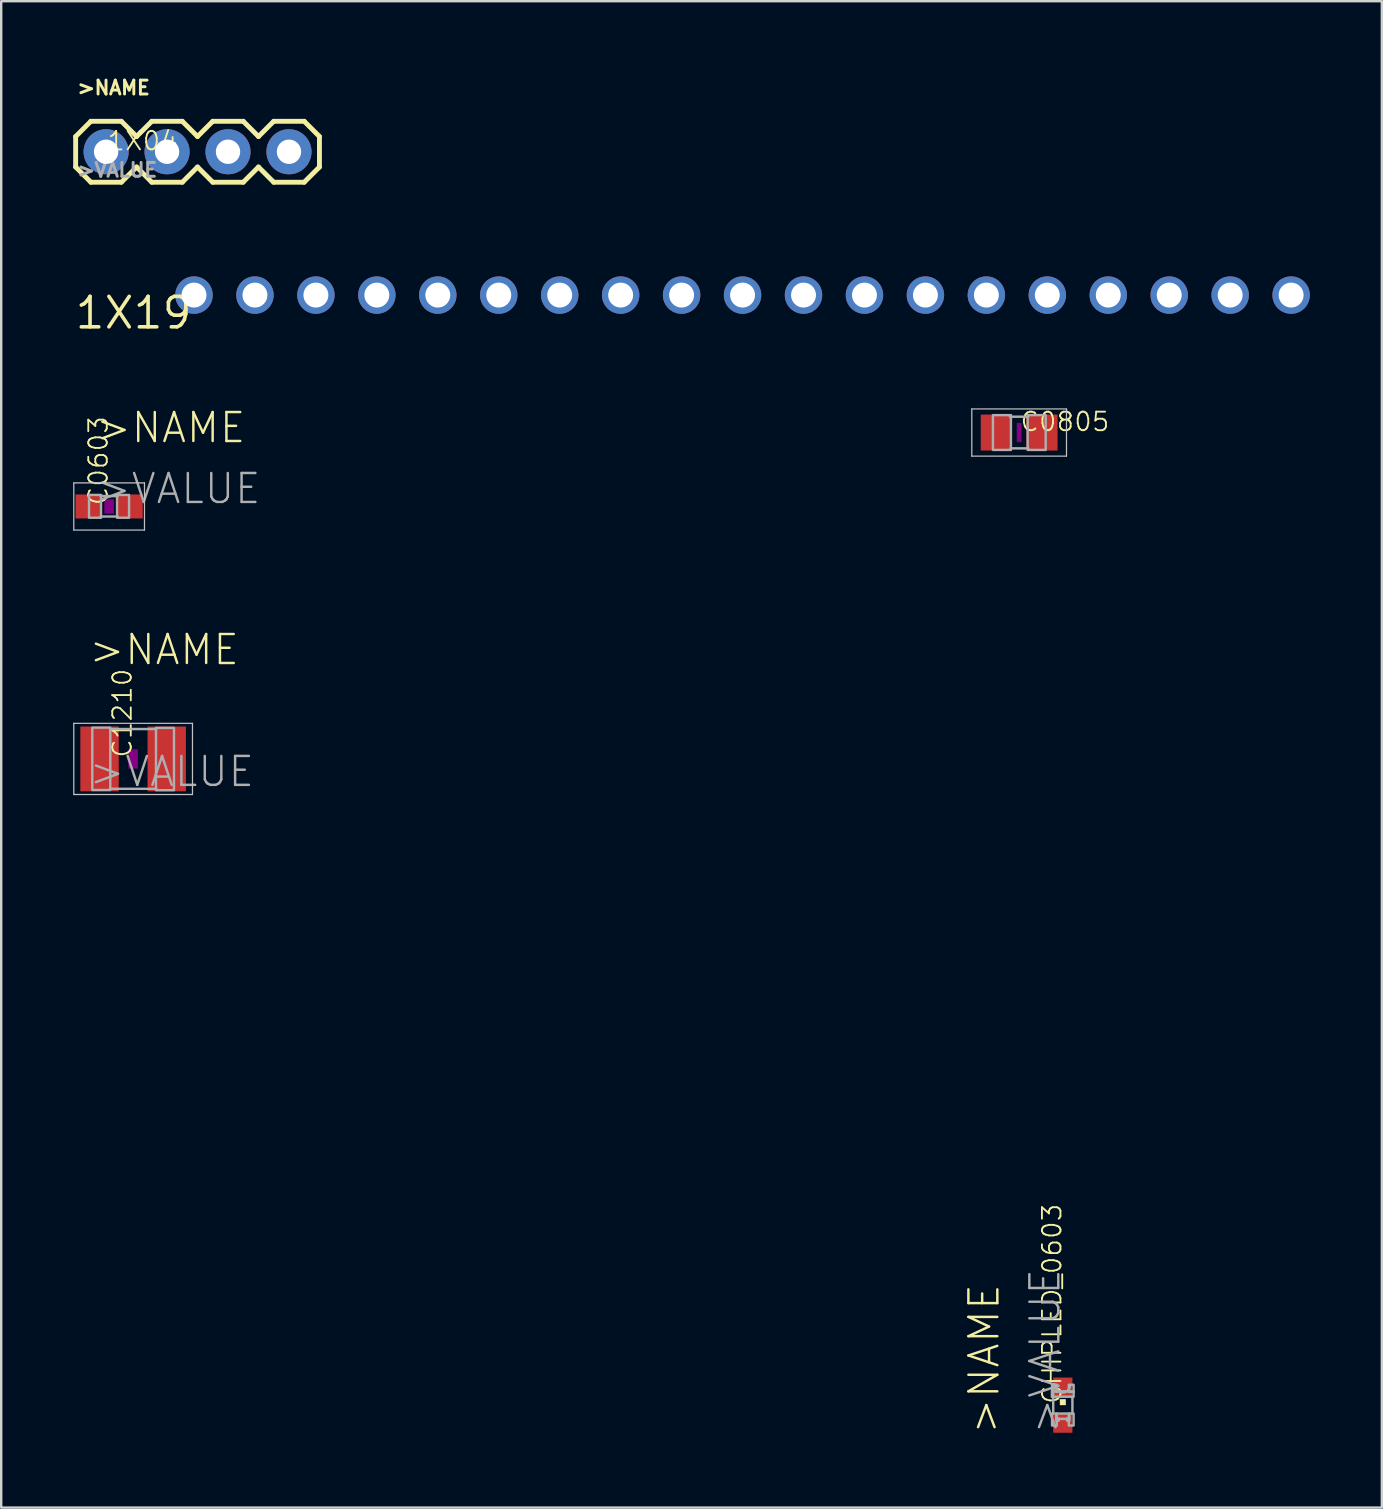
<source format=kicad_pcb>
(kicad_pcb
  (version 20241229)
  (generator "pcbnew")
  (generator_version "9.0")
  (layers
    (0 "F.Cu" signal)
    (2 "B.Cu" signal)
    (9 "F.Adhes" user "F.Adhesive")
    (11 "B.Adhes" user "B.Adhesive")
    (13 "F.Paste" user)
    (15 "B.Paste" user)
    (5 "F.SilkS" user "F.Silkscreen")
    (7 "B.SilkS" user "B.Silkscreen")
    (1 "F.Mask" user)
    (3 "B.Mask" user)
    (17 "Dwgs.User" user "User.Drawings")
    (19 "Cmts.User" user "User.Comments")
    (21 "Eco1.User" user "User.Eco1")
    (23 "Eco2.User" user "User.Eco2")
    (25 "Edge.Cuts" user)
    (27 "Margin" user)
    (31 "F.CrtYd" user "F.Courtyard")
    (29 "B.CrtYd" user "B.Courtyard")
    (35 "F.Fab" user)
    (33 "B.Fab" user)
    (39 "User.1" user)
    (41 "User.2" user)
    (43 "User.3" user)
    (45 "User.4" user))
  (footprint "C0603"
    (layer "F.Cu")
    (at 1.498 18.056)
    (property "Reference" "C0603" (at 0 0 270) (layer "F.SilkS") (effects (font (size 0.772 0.772) (thickness 0.077)) (justify left bottom)))
    (attr through_hole)
    (fp_poly (pts (xy -0.2 0.3) (xy 0.2 0.3) (xy 0.2 -0.3) (xy -0.2 -0.3)) (stroke (width 0) (type solid)) (fill yes) (layer "F.Adhes"))
    (fp_line (start -1.473 -0.983) (end 1.473 -0.983) (stroke (width 0.051) (type solid)) (layer "Dwgs.User"))
    (fp_line (start -1.473 0.983) (end -1.473 -0.983) (stroke (width 0.051) (type solid)) (layer "Dwgs.User"))
    (fp_line (start 1.473 -0.983) (end 1.473 0.983) (stroke (width 0.051) (type solid)) (layer "Dwgs.User"))
    (fp_line (start 1.473 0.983) (end -1.473 0.983) (stroke (width 0.051) (type solid)) (layer "Dwgs.User"))
    (fp_line (start -0.356 -0.432) (end 0.356 -0.432) (stroke (width 0.102) (type solid)) (layer "F.Fab"))
    (fp_line (start -0.356 0.419) (end 0.356 0.419) (stroke (width 0.102) (type solid)) (layer "F.Fab"))
    (fp_poly (pts (xy -0.838 0.47) (xy -0.338 0.47) (xy -0.338 -0.48) (xy -0.838 -0.48)) (stroke (width 0.1) (type solid)) (fill no) (layer "F.Fab"))
    (fp_poly (pts (xy 0.33 0.47) (xy 0.83 0.47) (xy 0.83 -0.48) (xy 0.33 -0.48)) (stroke (width 0.1) (type solid)) (fill no) (layer "F.Fab"))
    (fp_text user ">NAME\n							" (at -0.635 -0.635 0) (layer "F.SilkS") (effects (font (size 1.206 1.206) (thickness 0.102)) (justify left bottom)))
    (fp_text user ">VALUE\n							" (at -0.635 1.905 0) (layer "F.Fab") (effects (font (size 1.206 1.206) (thickness 0.102)) (justify left bottom)))
    (pad "1" smd rect (at -0.85 0) (size 1.1 1) (layers "F.Cu" "F.Mask" "F.Paste"))
    (pad "2" smd rect (at 0.85 0) (size 1.1 1) (layers "F.Cu" "F.Mask" "F.Paste")))
  (footprint "CHIPLED_0603"
    (layer "F.Cu")
    (at 41.24 55.506)
    (property "Reference" "CHIPLED_0603" (at 0 0 270) (layer "F.SilkS") (effects (font (size 0.772 0.772) (thickness 0.077)) (justify left bottom)))
    (attr through_hole)
    (fp_poly (pts (xy -0.125 0) (xy 0.125 0) (xy 0.125 -0.25) (xy -0.125 -0.25)) (stroke (width 0) (type solid)) (fill yes) (layer "F.SilkS"))
    (fp_line (start -0.4 -0.375) (end -0.4 0.35) (stroke (width 0.102) (type solid)) (layer "F.Fab"))
    (fp_line (start 0.4 -0.35) (end 0.4 0.35) (stroke (width 0.102) (type solid)) (layer "F.Fab"))
    (fp_arc (start -0.275 0.825) (mid 0 0.55) (end 0.275 0.825) (stroke (width 0.0508) (type solid)) (layer "F.Fab"))
    (fp_arc (start 0.3 -0.825) (mid 0 -0.525) (end -0.3 -0.825) (stroke (width 0.1016) (type solid)) (layer "F.Fab"))
    (fp_circle (center -0.35 -0.625) (end -0.275 -0.625) (stroke (width 0.051) (type solid)) (fill no) (layer "F.Fab"))
    (fp_poly (pts (xy -0.45 -0.7) (xy -0.25 -0.7) (xy -0.25 -0.85) (xy -0.45 -0.85)) (stroke (width 0.1) (type solid)) (fill no) (layer "F.Fab"))
    (fp_poly (pts (xy -0.45 -0.35) (xy -0.4 -0.35) (xy -0.4 -0.725) (xy -0.45 -0.725)) (stroke (width 0.1) (type solid)) (fill no) (layer "F.Fab"))
    (fp_poly (pts (xy -0.45 -0.35) (xy 0.45 -0.35) (xy 0.45 -0.575) (xy -0.45 -0.575)) (stroke (width 0.1) (type solid)) (fill no) (layer "F.Fab"))
    (fp_poly (pts (xy -0.45 0.85) (xy -0.25 0.85) (xy -0.25 0.35) (xy -0.45 0.35)) (stroke (width 0.1) (type solid)) (fill no) (layer "F.Fab"))
    (fp_poly (pts (xy -0.275 -0.55) (xy -0.225 -0.55) (xy -0.225 -0.6) (xy -0.275 -0.6)) (stroke (width 0.1) (type solid)) (fill no) (layer "F.Fab"))
    (fp_poly (pts (xy -0.275 0.575) (xy 0.275 0.575) (xy 0.275 0.35) (xy -0.275 0.35)) (stroke (width 0.1) (type solid)) (fill no) (layer "F.Fab"))
    (fp_poly (pts (xy -0.275 0.65) (xy -0.175 0.65) (xy -0.175 0.55) (xy -0.275 0.55)) (stroke (width 0.1) (type solid)) (fill no) (layer "F.Fab"))
    (fp_poly (pts (xy 0.175 0.65) (xy 0.275 0.65) (xy 0.275 0.55) (xy 0.175 0.55)) (stroke (width 0.1) (type solid)) (fill no) (layer "F.Fab"))
    (fp_poly (pts (xy 0.25 -0.55) (xy 0.45 -0.55) (xy 0.45 -0.85) (xy 0.25 -0.85)) (stroke (width 0.1) (type solid)) (fill no) (layer "F.Fab"))
    (fp_poly (pts (xy 0.25 0.85) (xy 0.45 0.85) (xy 0.45 0.35) (xy 0.25 0.35)) (stroke (width 0.1) (type solid)) (fill no) (layer "F.Fab"))
    (fp_text user ">NAME\n							" (at -0.635 1.27 90) (layer "F.SilkS") (effects (font (size 1.206 1.206) (thickness 0.102)) (justify left bottom)))
    (fp_text user ">VALUE\n							" (at 1.905 1.27 90) (layer "F.Fab") (effects (font (size 1.206 1.206) (thickness 0.102)) (justify left bottom)))
    (pad "A" smd rect (at 0 0.75) (size 0.8 0.8) (layers "F.Cu" "F.Mask" "F.Paste"))
    (pad "C" smd rect (at 0 -0.75) (size 0.8 0.8) (layers "F.Cu" "F.Mask" "F.Paste")))
  (footprint "C0805"
    (layer "F.Cu")
    (at 39.42 14.975)
    (property "Reference" "C0805" (at 0 0 180) (layer "F.SilkS") (effects (font (size 0.772 0.772) (thickness 0.077)) (justify left bottom)))
    (attr through_hole)
    (fp_poly (pts (xy -0.1 0.4) (xy 0.1 0.4) (xy 0.1 -0.4) (xy -0.1 -0.4)) (stroke (width 0) (type solid)) (fill yes) (layer "F.Adhes"))
    (fp_line (start -1.973 -0.983) (end 1.973 -0.983) (stroke (width 0.051) (type solid)) (layer "Dwgs.User"))
    (fp_line (start -1.973 0.983) (end -1.973 -0.983) (stroke (width 0.051) (type solid)) (layer "Dwgs.User"))
    (fp_line (start 1.973 -0.983) (end 1.973 0.983) (stroke (width 0.051) (type solid)) (layer "Dwgs.User"))
    (fp_line (start 1.973 0.983) (end -1.973 0.983) (stroke (width 0.051) (type solid)) (layer "Dwgs.User"))
    (fp_line (start -0.381 -0.66) (end 0.381 -0.66) (stroke (width 0.102) (type solid)) (layer "F.Fab"))
    (fp_line (start -0.356 0.66) (end 0.381 0.66) (stroke (width 0.102) (type solid)) (layer "F.Fab"))
    (fp_poly (pts (xy -1.092 0.724) (xy -0.342 0.724) (xy -0.342 -0.726) (xy -1.092 -0.726)) (stroke (width 0.1) (type solid)) (fill no) (layer "F.Fab"))
    (fp_poly (pts (xy 0.356 0.724) (xy 1.106 0.724) (xy 1.106 -0.726) (xy 0.356 -0.726)) (stroke (width 0.1) (type solid)) (fill no) (layer "F.Fab"))
    (pad "1" smd rect (at -0.95 0) (size 1.3 1.5) (layers "F.Cu" "F.Mask" "F.Paste"))
    (pad "2" smd rect (at 0.95 0) (size 1.3 1.5) (layers "F.Cu" "F.Mask" "F.Paste")))
  (footprint "1X19"
    (layer "F.Cu")
    (at 5.034 9.247)
    (property "Reference" "1X19" (at 0 0 0) (layer "F.SilkS") (effects (font (size 1.27 1.27) (thickness 0.15)) (justify right top)))
    (attr through_hole)
    (pad "1" thru_hole circle (at 0 0) (size 1.56 1.56) (drill 1.04) (layers "*.Cu" "*.Mask"))
    (pad "2" thru_hole circle (at 2.54 0) (size 1.56 1.56) (drill 1.04) (layers "*.Cu" "*.Mask"))
    (pad "3" thru_hole circle (at 5.08 0) (size 1.56 1.56) (drill 1.04) (layers "*.Cu" "*.Mask"))
    (pad "4" thru_hole circle (at 7.62 0) (size 1.56 1.56) (drill 1.04) (layers "*.Cu" "*.Mask"))
    (pad "5" thru_hole circle (at 10.16 0) (size 1.56 1.56) (drill 1.04) (layers "*.Cu" "*.Mask"))
    (pad "6" thru_hole circle (at 12.7 0) (size 1.56 1.56) (drill 1.04) (layers "*.Cu" "*.Mask"))
    (pad "7" thru_hole circle (at 15.24 0) (size 1.56 1.56) (drill 1.04) (layers "*.Cu" "*.Mask"))
    (pad "8" thru_hole circle (at 17.78 0) (size 1.56 1.56) (drill 1.04) (layers "*.Cu" "*.Mask"))
    (pad "9" thru_hole circle (at 20.32 0) (size 1.56 1.56) (drill 1.04) (layers "*.Cu" "*.Mask"))
    (pad "10" thru_hole circle (at 22.86 0) (size 1.56 1.56) (drill 1.04) (layers "*.Cu" "*.Mask"))
    (pad "11" thru_hole circle (at 25.4 0) (size 1.56 1.56) (drill 1.04) (layers "*.Cu" "*.Mask"))
    (pad "12" thru_hole circle (at 27.94 0) (size 1.56 1.56) (drill 1.04) (layers "*.Cu" "*.Mask"))
    (pad "13" thru_hole circle (at 30.48 0) (size 1.56 1.56) (drill 1.04) (layers "*.Cu" "*.Mask"))
    (pad "14" thru_hole circle (at 33.02 0) (size 1.56 1.56) (drill 1.04) (layers "*.Cu" "*.Mask"))
    (pad "15" thru_hole circle (at 35.56 0) (size 1.56 1.56) (drill 1.04) (layers "*.Cu" "*.Mask"))
    (pad "16" thru_hole circle (at 38.1 0) (size 1.56 1.56) (drill 1.04) (layers "*.Cu" "*.Mask"))
    (pad "17" thru_hole circle (at 40.64 0) (size 1.56 1.56) (drill 1.04) (layers "*.Cu" "*.Mask"))
    (pad "18" thru_hole circle (at 43.18 0) (size 1.56 1.56) (drill 1.04) (layers "*.Cu" "*.Mask"))
    (pad "19" thru_hole circle (at 45.72 0) (size 1.56 1.56) (drill 1.04) (layers "*.Cu" "*.Mask")))
  (footprint "1X04"
    (layer "F.Cu")
    (at 1.372 3.274)
    (property "Reference" "1X04" (at 0 0 180) (layer "F.SilkS") (effects (font (size 0.772 0.772) (thickness 0.077)) (justify left bottom)))
    (attr through_hole)
    (fp_line (start -1.27 -0.635) (end -1.27 0.635) (stroke (width 0.203) (type solid)) (layer "F.SilkS"))
    (fp_line (start -1.27 0.635) (end -0.635 1.27) (stroke (width 0.203) (type solid)) (layer "F.SilkS"))
    (fp_line (start -0.635 -1.27) (end -1.27 -0.635) (stroke (width 0.203) (type solid)) (layer "F.SilkS"))
    (fp_line (start -0.635 -1.27) (end 0.635 -1.27) (stroke (width 0.203) (type solid)) (layer "F.SilkS"))
    (fp_line (start 0.635 -1.27) (end 1.27 -0.635) (stroke (width 0.203) (type solid)) (layer "F.SilkS"))
    (fp_line (start 0.635 1.27) (end -0.635 1.27) (stroke (width 0.203) (type solid)) (layer "F.SilkS"))
    (fp_line (start 1.27 -0.635) (end 1.905 -1.27) (stroke (width 0.203) (type solid)) (layer "F.SilkS"))
    (fp_line (start 1.27 0.635) (end 0.635 1.27) (stroke (width 0.203) (type solid)) (layer "F.SilkS"))
    (fp_line (start 1.905 -1.27) (end 3.175 -1.27) (stroke (width 0.203) (type solid)) (layer "F.SilkS"))
    (fp_line (start 1.905 1.27) (end 1.27 0.635) (stroke (width 0.203) (type solid)) (layer "F.SilkS"))
    (fp_line (start 3.175 -1.27) (end 3.81 -0.635) (stroke (width 0.203) (type solid)) (layer "F.SilkS"))
    (fp_line (start 3.175 1.27) (end 1.905 1.27) (stroke (width 0.203) (type solid)) (layer "F.SilkS"))
    (fp_line (start 3.81 -0.635) (end 4.445 -1.27) (stroke (width 0.203) (type solid)) (layer "F.SilkS"))
    (fp_line (start 3.81 0.635) (end 3.175 1.27) (stroke (width 0.203) (type solid)) (layer "F.SilkS"))
    (fp_line (start 4.445 -1.27) (end 5.715 -1.27) (stroke (width 0.203) (type solid)) (layer "F.SilkS"))
    (fp_line (start 4.445 1.27) (end 3.81 0.635) (stroke (width 0.203) (type solid)) (layer "F.SilkS"))
    (fp_line (start 5.715 -1.27) (end 6.35 -0.635) (stroke (width 0.203) (type solid)) (layer "F.SilkS"))
    (fp_line (start 5.715 1.27) (end 4.445 1.27) (stroke (width 0.203) (type solid)) (layer "F.SilkS"))
    (fp_line (start 6.35 0.635) (end 5.715 1.27) (stroke (width 0.203) (type solid)) (layer "F.SilkS"))
    (fp_line (start 6.35 0.635) (end 6.985 1.27) (stroke (width 0.203) (type solid)) (layer "F.SilkS"))
    (fp_line (start 6.985 -1.27) (end 6.35 -0.635) (stroke (width 0.203) (type solid)) (layer "F.SilkS"))
    (fp_line (start 6.985 -1.27) (end 8.255 -1.27) (stroke (width 0.203) (type solid)) (layer "F.SilkS"))
    (fp_line (start 8.255 -1.27) (end 8.89 -0.635) (stroke (width 0.203) (type solid)) (layer "F.SilkS"))
    (fp_line (start 8.255 1.27) (end 6.985 1.27) (stroke (width 0.203) (type solid)) (layer "F.SilkS"))
    (fp_line (start 8.89 -0.635) (end 8.89 0.635) (stroke (width 0.203) (type solid)) (layer "F.SilkS"))
    (fp_line (start 8.89 0.635) (end 8.255 1.27) (stroke (width 0.203) (type solid)) (layer "F.SilkS"))
    (fp_poly (pts (xy -0.254 0.254) (xy 0.254 0.254) (xy 0.254 -0.254) (xy -0.254 -0.254)) (stroke (width 0.1) (type solid)) (fill no) (layer "F.Fab"))
    (fp_poly (pts (xy 2.286 0.254) (xy 2.794 0.254) (xy 2.794 -0.254) (xy 2.286 -0.254)) (stroke (width 0.1) (type solid)) (fill no) (layer "F.Fab"))
    (fp_poly (pts (xy 4.826 0.254) (xy 5.334 0.254) (xy 5.334 -0.254) (xy 4.826 -0.254)) (stroke (width 0.1) (type solid)) (fill no) (layer "F.Fab"))
    (fp_poly (pts (xy 7.366 0.254) (xy 7.874 0.254) (xy 7.874 -0.254) (xy 7.366 -0.254)) (stroke (width 0.1) (type solid)) (fill no) (layer "F.Fab"))
    (fp_text user ">NAME\n							" (at -1.27 -1.397 0) (layer "F.SilkS") (effects (font (size 0.579 0.579) (thickness 0.122)) (justify left bottom)))
    (fp_text user ">VALUE\n							" (at -1.27 2.032 0) (layer "F.Fab") (effects (font (size 0.579 0.579) (thickness 0.122)) (justify left bottom)))
    (pad "1" thru_hole circle (at 0 0 90) (size 1.88 1.88) (drill 1.016) (layers "*.Cu" "*.Mask"))
    (pad "2" thru_hole circle (at 2.54 0 90) (size 1.88 1.88) (drill 1.016) (layers "*.Cu" "*.Mask"))
    (pad "3" thru_hole circle (at 5.08 0 90) (size 1.88 1.88) (drill 1.016) (layers "*.Cu" "*.Mask"))
    (pad "4" thru_hole circle (at 7.62 0 90) (size 1.88 1.88) (drill 1.016) (layers "*.Cu" "*.Mask")))
  (footprint "C1210"
    (layer "F.Cu")
    (at 2.498 28.576)
    (property "Reference" "C1210" (at 0 0 90) (layer "F.SilkS") (effects (font (size 0.772 0.772) (thickness 0.077)) (justify left bottom)))
    (attr through_hole)
    (fp_poly (pts (xy -0.2 0.4) (xy 0.2 0.4) (xy 0.2 -0.4) (xy -0.2 -0.4)) (stroke (width 0) (type solid)) (fill yes) (layer "F.Adhes"))
    (fp_line (start -2.473 -1.483) (end 2.473 -1.483) (stroke (width 0.051) (type solid)) (layer "Dwgs.User"))
    (fp_line (start -2.473 1.483) (end -2.473 -1.483) (stroke (width 0.051) (type solid)) (layer "Dwgs.User"))
    (fp_line (start 2.473 -1.483) (end 2.473 1.483) (stroke (width 0.051) (type solid)) (layer "Dwgs.User"))
    (fp_line (start 2.473 1.483) (end -2.473 1.483) (stroke (width 0.051) (type solid)) (layer "Dwgs.User"))
    (fp_line (start -0.965 -1.245) (end 0.965 -1.245) (stroke (width 0.102) (type solid)) (layer "F.Fab"))
    (fp_line (start -0.965 1.245) (end 0.965 1.245) (stroke (width 0.102) (type solid)) (layer "F.Fab"))
    (fp_poly (pts (xy -1.702 1.295) (xy -0.952 1.295) (xy -0.952 -1.304) (xy -1.702 -1.304)) (stroke (width 0.1) (type solid)) (fill no) (layer "F.Fab"))
    (fp_poly (pts (xy 0.952 1.304) (xy 1.702 1.304) (xy 1.702 -1.295) (xy 0.952 -1.295)) (stroke (width 0.1) (type solid)) (fill no) (layer "F.Fab"))
    (fp_text user ">NAME\n							" (at -1.905 -1.905 0) (layer "F.SilkS") (effects (font (size 1.206 1.206) (thickness 0.102)) (justify left bottom)))
    (fp_text user ">VALUE\n							" (at -1.905 3.175 0) (layer "F.Fab") (effects (font (size 1.206 1.206) (thickness 0.102)) (justify left bottom)))
    (pad "1" smd rect (at -1.4 0) (size 1.6 2.7) (layers "F.Cu" "F.Mask" "F.Paste"))
    (pad "2" smd rect (at 1.4 0) (size 1.6 2.7) (layers "F.Cu" "F.Mask" "F.Paste")))
  (gr_rect
    (start -3 -3)
    (end 54.534 59.776)
    (stroke (width 0.1) (type default))
    (fill no)
    (layer "Edge.Cuts")))
</source>
